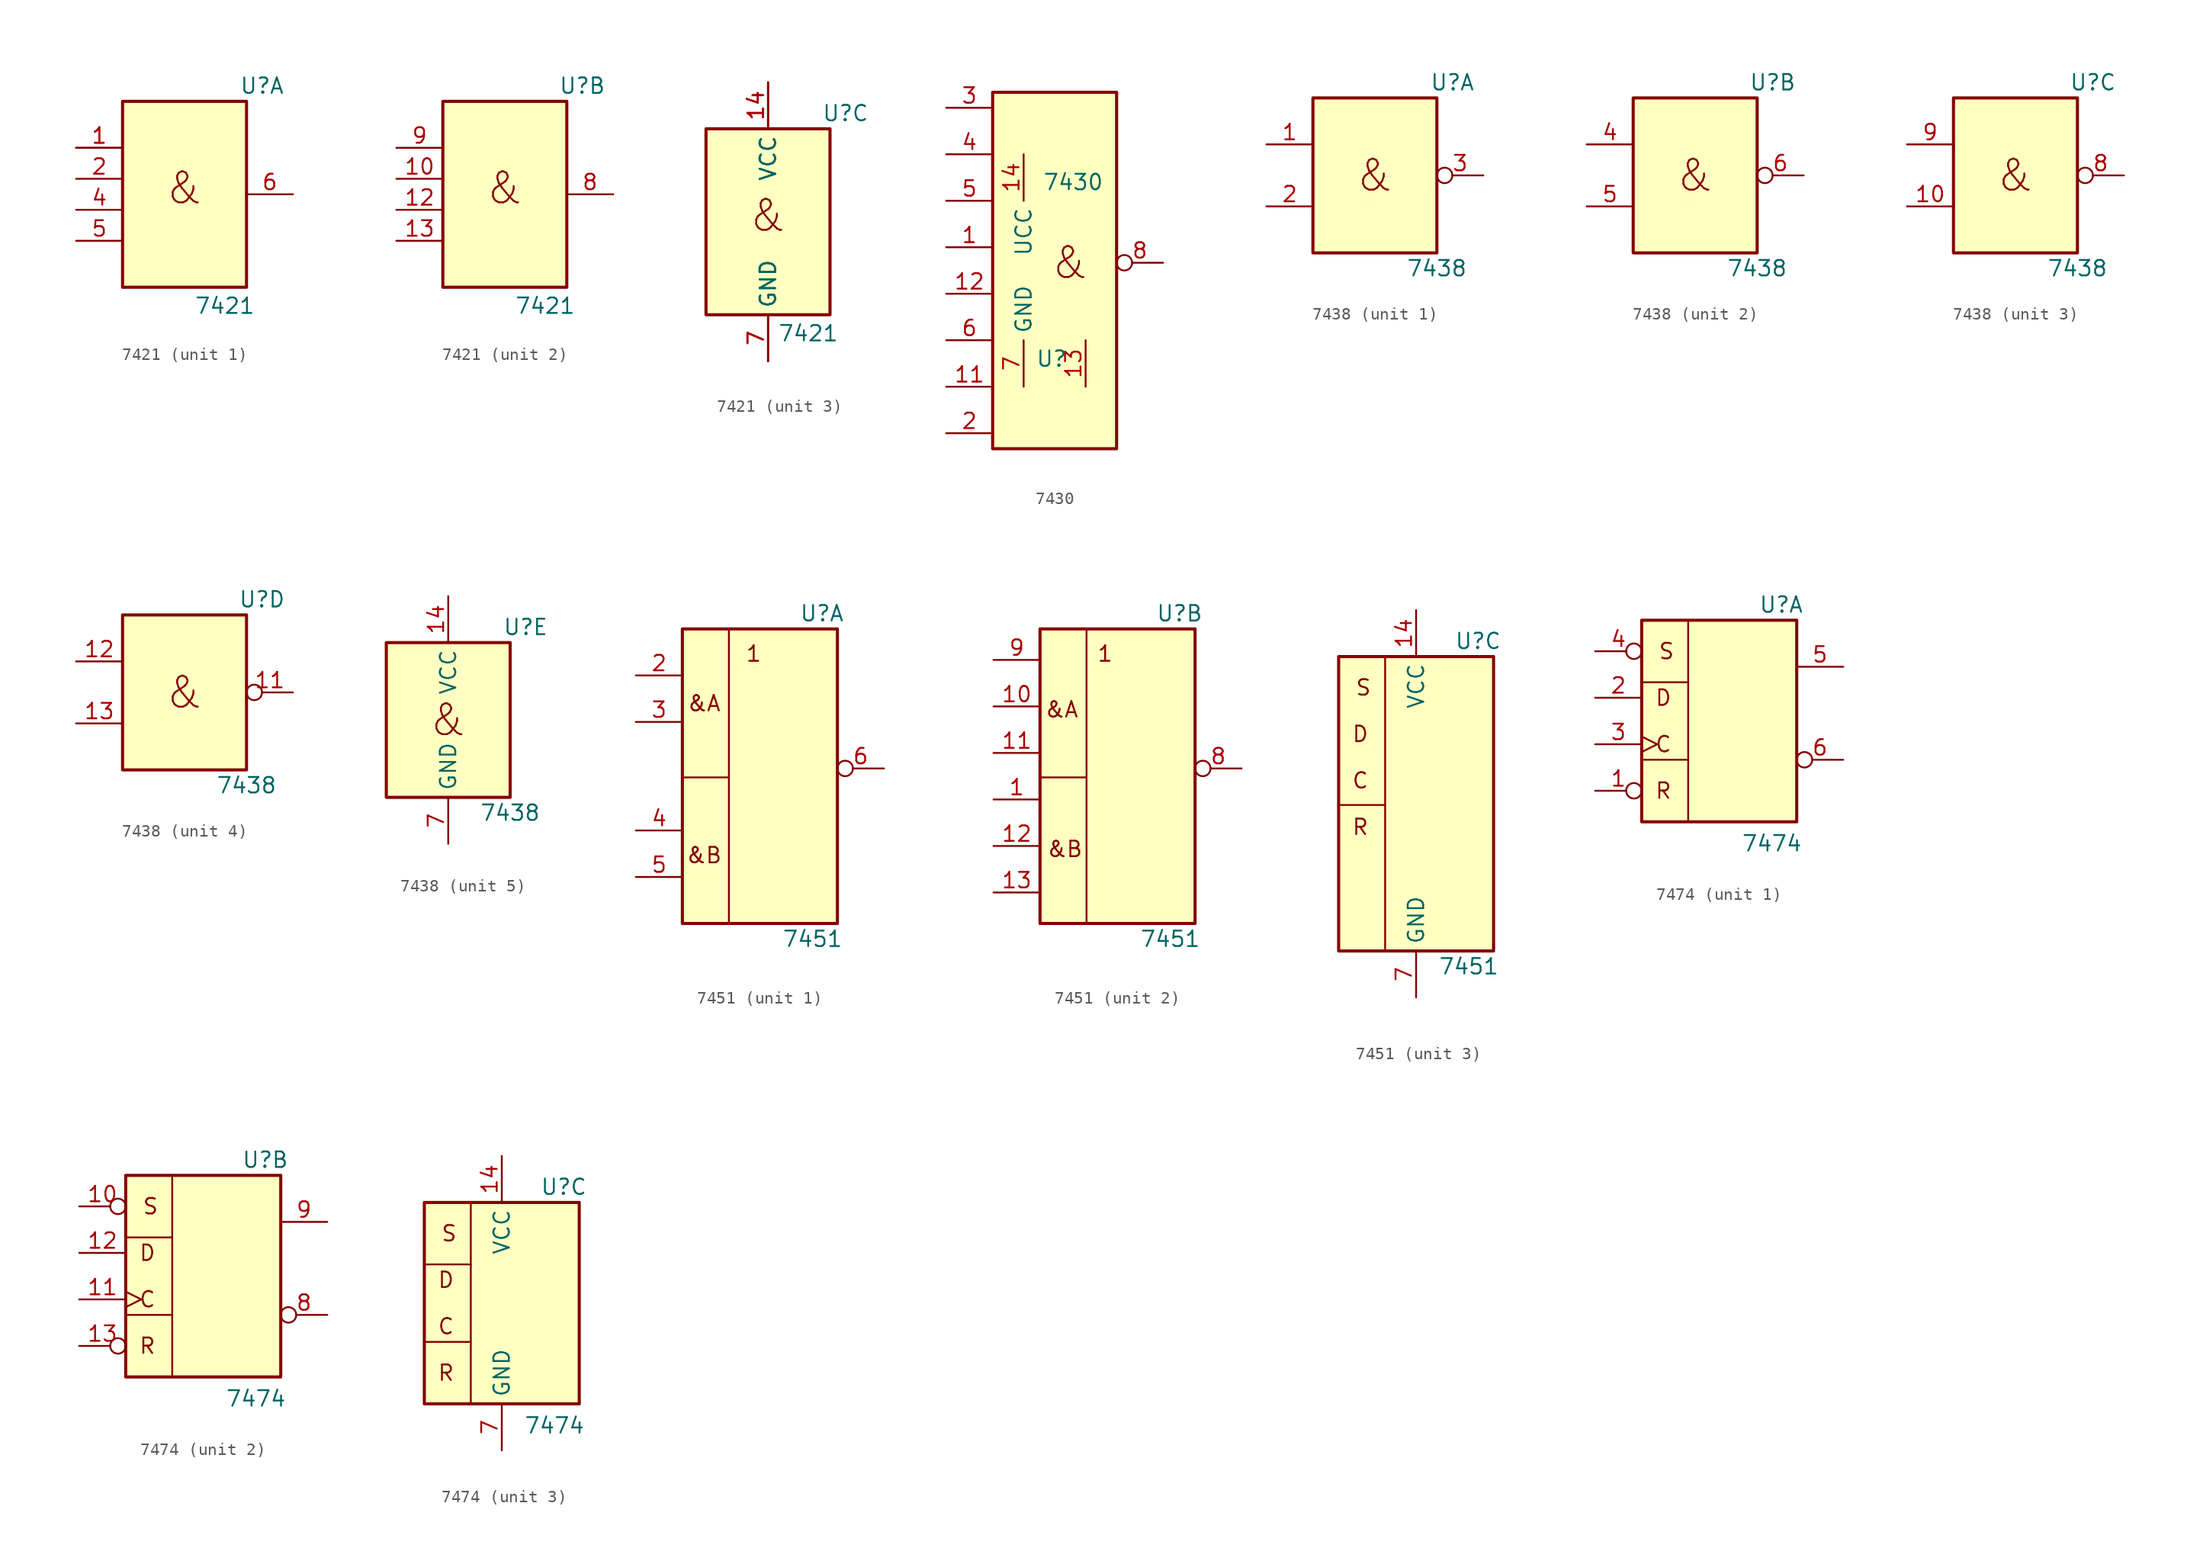
<source format=kicad_sym>
(kicad_symbol_lib
  (version 20231120)
  (generator "kicad_symbol_editor")
  (generator_version "8.0")
  (symbol "7421"
    (property "Reference" "U"
      (at 6.35 7.62 0)
      (effects (font (size 1.27 1.27))))
    (property "Value" "7421"
      (at 3.302 -10.414 0)
      (effects (font (size 1.27 1.27))))
    (property "ki_locked" ""
      (at 0 0 0)
      (effects (font (size 1.27 1.27))))
    (symbol "7421_0_0"
      (text "&" (at 0 -0.762 0) (effects (font (size 2.54 2.54)))))
    (symbol "7421_0_1"
      (rectangle (start -5.08 6.35) (end 5.08 -8.89) (stroke (width 0.254) (type default)) (fill (type background))))
    (symbol "7421_1_1"
      (pin input line (at -8.89 2.54 0) (length 3.81) (name "~" (effects (font (size 1.27 1.27)))) (number "1" (effects (font (size 1.27 1.27)))))
      (pin input line (at -8.89 2.54 0) (length 3.81) (name "~" (effects (font (size 1.27 1.27)))) (number "1" (effects (font (size 1.27 1.27)))))
      (pin input line (at -8.89 0 0) (length 3.81) (name "~" (effects (font (size 1.27 1.27)))) (number "2" (effects (font (size 1.27 1.27)))))
      (pin input line (at -8.89 0 0) (length 3.81) hide (name "~" (effects (font (size 1.27 1.27)))) (number "2" (effects (font (size 1.27 1.27)))))
      (pin input line (at -8.89 -2.54 0) (length 3.81) (name "~" (effects (font (size 1.27 1.27)))) (number "4" (effects (font (size 1.27 1.27)))))
      (pin input line (at -8.89 -5.08 0) (length 3.81) (name "~" (effects (font (size 1.27 1.27)))) (number "5" (effects (font (size 1.27 1.27)))))
      (pin output line (at 8.89 -1.27 180) (length 3.81) (name "~" (effects (font (size 1.27 1.27)))) (number "6" (effects (font (size 1.27 1.27))))))
    (symbol "7421_2_1"
      (pin input line (at -8.89 0 0) (length 3.81) (name "~" (effects (font (size 1.27 1.27)))) (number "10" (effects (font (size 1.27 1.27)))))
      (pin input line (at -8.89 -2.54 0) (length 3.81) (name "~" (effects (font (size 1.27 1.27)))) (number "12" (effects (font (size 1.27 1.27)))))
      (pin input line (at -8.89 -5.08 0) (length 3.81) (name "~" (effects (font (size 1.27 1.27)))) (number "13" (effects (font (size 1.27 1.27)))))
      (pin output line (at 8.89 -1.27 180) (length 3.81) (name "~" (effects (font (size 1.27 1.27)))) (number "8" (effects (font (size 1.27 1.27)))))
      (pin input line (at -8.89 2.54 0) (length 3.81) (name "~" (effects (font (size 1.27 1.27)))) (number "9" (effects (font (size 1.27 1.27))))))
    (symbol "7421_3_1"
      (pin power_in line (at 0 10.16 270) (length 3.81) (name "VCC" (effects (font (size 1.27 1.27)))) (number "14" (effects (font (size 1.27 1.27)))))
      (pin power_in line (at 0 10.16 270) (length 3.81) (name "VCC" (effects (font (size 1.27 1.27)))) (number "14" (effects (font (size 1.27 1.27)))))
      (pin power_in line (at 0 10.16 270) (length 3.81) (name "VCC" (effects (font (size 1.27 1.27)))) (number "14" (effects (font (size 1.27 1.27)))))
      (pin power_in line (at 0 -12.7 90) (length 3.81) (name "GND" (effects (font (size 1.27 1.27)))) (number "7" (effects (font (size 1.27 1.27)))))
      (pin power_in line (at 0 -12.7 90) (length 3.81) (name "GND" (effects (font (size 1.27 1.27)))) (number "7" (effects (font (size 1.27 1.27)))))
      (pin power_in line (at 0 -12.7 90) (length 3.81) (name "GND" (effects (font (size 1.27 1.27)))) (number "7" (effects (font (size 1.27 1.27)))))))
  (symbol "7430"
    (property "Reference" "U"
      (at -0.254 -15.494 0)
      (effects (font (size 1.27 1.27))))
    (property "Value" "7430"
      (at 1.524 -1.016 0)
      (effects (font (size 1.27 1.27))))
    (symbol "7430_0_0"
      (text "&" (at 1.27 -7.62 0) (effects (font (size 2.54 2.54)))))
    (symbol "7430_0_1"
      (rectangle (start -5.08 6.35) (end 5.08 -22.86) (stroke (width 0.254) (type default)) (fill (type background))))
    (symbol "7430_1_1"
      (pin input line (at -8.89 -6.35 0) (length 3.81) (name "~" (effects (font (size 1.27 1.27)))) (number "1" (effects (font (size 1.27 1.27)))))
      (pin input line (at -8.89 -17.78 0) (length 3.81) (name "~" (effects (font (size 1.27 1.27)))) (number "11" (effects (font (size 1.27 1.27)))))
      (pin input line (at -8.89 -10.16 0) (length 3.81) (name "~" (effects (font (size 1.27 1.27)))) (number "12" (effects (font (size 1.27 1.27)))))
      (pin free line (at 2.54 -17.78 90) (length 3.81) (name "~" (effects (font (size 1.27 1.27)))) (number "13" (effects (font (size 1.27 1.27)))))
      (pin power_in line (at -2.54 1.27 270) (length 3.81) (name "UCC" (effects (font (size 1.27 1.27)))) (number "14" (effects (font (size 1.27 1.27)))))
      (pin input line (at -8.89 -21.59 0) (length 3.81) (name "~" (effects (font (size 1.27 1.27)))) (number "2" (effects (font (size 1.27 1.27)))))
      (pin input line (at -8.89 5.08 0) (length 3.81) (name "~" (effects (font (size 1.27 1.27)))) (number "3" (effects (font (size 1.27 1.27)))))
      (pin input line (at -8.89 1.27 0) (length 3.81) (name "~" (effects (font (size 1.27 1.27)))) (number "4" (effects (font (size 1.27 1.27)))))
      (pin input line (at -8.89 -2.54 0) (length 3.81) (name "~" (effects (font (size 1.27 1.27)))) (number "5" (effects (font (size 1.27 1.27)))))
      (pin input line (at -8.89 -13.97 0) (length 3.81) (name "~" (effects (font (size 1.27 1.27)))) (number "6" (effects (font (size 1.27 1.27)))))
      (pin power_in line (at -2.54 -17.78 90) (length 3.81) (name "GND" (effects (font (size 1.27 1.27)))) (number "7" (effects (font (size 1.27 1.27)))))
      (pin output inverted (at 8.89 -7.62 180) (length 3.81) (name "~" (effects (font (size 1.27 1.27)))) (number "8" (effects (font (size 1.27 1.27)))))))
  (symbol "7438"
    (property "Reference" "U"
      (at 6.35 7.62 0)
      (effects (font (size 1.27 1.27))))
    (property "Value" "7438"
      (at 5.08 -7.62 0)
      (effects (font (size 1.27 1.27))))
    (property "ki_locked" ""
      (at 0 0 0)
      (effects (font (size 1.27 1.27))))
    (symbol "7438_0_0"
      (text "&" (at 0 0 0) (effects (font (size 2.54 2.54)))))
    (symbol "7438_0_1"
      (rectangle (start -5.08 6.35) (end 5.08 -6.35) (stroke (width 0.254) (type default)) (fill (type background))))
    (symbol "7438_1_1"
      (pin input line (at -8.89 2.54 0) (length 3.81) (name "~" (effects (font (size 1.27 1.27)))) (number "1" (effects (font (size 1.27 1.27)))))
      (pin input line (at -8.89 -2.54 0) (length 3.81) (name "~" (effects (font (size 1.27 1.27)))) (number "2" (effects (font (size 1.27 1.27)))))
      (pin open_collector inverted (at 8.89 0 180) (length 3.81) (name "~" (effects (font (size 1.27 1.27)))) (number "3" (effects (font (size 1.27 1.27))))))
    (symbol "7438_2_1"
      (pin input line (at -8.89 2.54 0) (length 3.81) (name "~" (effects (font (size 1.27 1.27)))) (number "4" (effects (font (size 1.27 1.27)))))
      (pin input line (at -8.89 -2.54 0) (length 3.81) (name "~" (effects (font (size 1.27 1.27)))) (number "5" (effects (font (size 1.27 1.27)))))
      (pin open_collector inverted (at 8.89 0 180) (length 3.81) (name "~" (effects (font (size 1.27 1.27)))) (number "6" (effects (font (size 1.27 1.27))))))
    (symbol "7438_3_1"
      (pin input line (at -8.89 -2.54 0) (length 3.81) (name "~" (effects (font (size 1.27 1.27)))) (number "10" (effects (font (size 1.27 1.27)))))
      (pin open_collector inverted (at 8.89 0 180) (length 3.81) (name "~" (effects (font (size 1.27 1.27)))) (number "8" (effects (font (size 1.27 1.27)))))
      (pin input line (at -8.89 2.54 0) (length 3.81) (name "~" (effects (font (size 1.27 1.27)))) (number "9" (effects (font (size 1.27 1.27))))))
    (symbol "7438_4_1"
      (pin open_collector inverted (at 8.89 0 180) (length 3.81) (name "~" (effects (font (size 1.27 1.27)))) (number "11" (effects (font (size 1.27 1.27)))))
      (pin input line (at -8.89 2.54 0) (length 3.81) (name "~" (effects (font (size 1.27 1.27)))) (number "12" (effects (font (size 1.27 1.27)))))
      (pin input line (at -8.89 -2.54 0) (length 3.81) (name "~" (effects (font (size 1.27 1.27)))) (number "13" (effects (font (size 1.27 1.27))))))
    (symbol "7438_5_1"
      (pin power_in line (at 0 10.16 270) (length 3.81) (name "VCC" (effects (font (size 1.27 1.27)))) (number "14" (effects (font (size 1.27 1.27)))))
      (pin power_in line (at 0 -10.16 90) (length 3.81) (name "GND" (effects (font (size 1.27 1.27)))) (number "7" (effects (font (size 1.27 1.27)))))))
  (symbol "7451"
    (property "Reference" "U"
      (at 6.35 7.62 0)
      (effects (font (size 1.27 1.27))))
    (property "Value" "7451"
      (at 5.588 -19.05 0)
      (effects (font (size 1.27 1.27))))
    (property "ki_locked" ""
      (at 0 0 0)
      (effects (font (size 1.27 1.27))))
    (symbol "7451_0_1"
      (rectangle (start -5.08 6.35) (end 7.62 -17.78) (stroke (width 0.254) (type default)) (fill (type background)))
      (polyline (pts (xy -5.11 -5.814) (xy -1.3 -5.814)) (stroke (width 0) (type default)) (fill (type none)))
      (polyline (pts (xy -1.27 6.35) (xy -1.27 -17.78)) (stroke (width 0) (type default)) (fill (type none))))
    (symbol "7451_1_1"
      (text "&A" (at -3.302 0.254 0) (effects (font (size 1.27 1.27))))
      (text "&B" (at -3.302 -12.192 0) (effects (font (size 1.27 1.27))))
      (text "1" (at 0.762 4.318 0) (effects (font (size 1.27 1.27))))
      (pin input line (at -8.89 2.54 0) (length 3.81) (name "" (effects (font (size 1.27 1.27)))) (number "2" (effects (font (size 1.27 1.27)))))
      (pin input line (at -8.89 -1.27 0) (length 3.81) (name "" (effects (font (size 1.27 1.27)))) (number "3" (effects (font (size 1.27 1.27)))))
      (pin input line (at -8.89 -10.16 0) (length 3.81) (name "" (effects (font (size 1.27 1.27)))) (number "4" (effects (font (size 1.27 1.27)))))
      (pin input line (at -8.89 -13.97 0) (length 3.81) (name "" (effects (font (size 1.27 1.27)))) (number "5" (effects (font (size 1.27 1.27)))))
      (pin output inverted (at 11.43 -5.08 180) (length 3.81) (name "~" (effects (font (size 1.27 1.27)))) (number "6" (effects (font (size 1.27 1.27))))))
    (symbol "7451_2_1"
      (text "&A" (at -3.302 -0.254 0) (effects (font (size 1.27 1.27))))
      (text "&B" (at -3.048 -11.684 0) (effects (font (size 1.27 1.27))))
      (text "1" (at 0.254 4.318 0) (effects (font (size 1.27 1.27))))
      (pin input line (at -8.89 -7.62 0) (length 3.81) (name "" (effects (font (size 1.27 1.27)))) (number "1" (effects (font (size 1.27 1.27)))))
      (pin input line (at -8.89 0 0) (length 3.81) (name "" (effects (font (size 1.27 1.27)))) (number "10" (effects (font (size 1.27 1.27)))))
      (pin input line (at -8.89 -3.81 0) (length 3.81) (name "~" (effects (font (size 1.27 1.27)))) (number "11" (effects (font (size 1.27 1.27)))))
      (pin input line (at -8.89 -11.43 0) (length 3.81) (name "" (effects (font (size 1.27 1.27)))) (number "12" (effects (font (size 1.27 1.27)))))
      (pin input line (at -8.89 -15.24 0) (length 3.81) (name "" (effects (font (size 1.27 1.27)))) (number "13" (effects (font (size 1.27 1.27)))))
      (pin output inverted (at 11.43 -5.08 180) (length 3.81) (name "" (effects (font (size 1.27 1.27)))) (number "8" (effects (font (size 1.27 1.27)))))
      (pin input line (at -8.89 3.81 0) (length 3.81) (name "" (effects (font (size 1.27 1.27)))) (number "9" (effects (font (size 1.27 1.27))))))
    (symbol "7451_3_1"
      (text "C" (at -3.302 -3.81 0) (effects (font (size 1.27 1.27))))
      (text "D" (at -3.302 0 0) (effects (font (size 1.27 1.27))))
      (text "R" (at -3.302 -7.62 0) (effects (font (size 1.27 1.27))))
      (text "S" (at -3.048 3.81 0) (effects (font (size 1.27 1.27))))
      (pin power_in line (at 1.27 10.16 270) (length 3.81) (name "VCC" (effects (font (size 1.27 1.27)))) (number "14" (effects (font (size 1.27 1.27)))))
      (pin power_in line (at 1.27 -21.59 90) (length 3.81) (name "GND" (effects (font (size 1.27 1.27)))) (number "7" (effects (font (size 1.27 1.27)))))))
  (symbol "7474"
    (property "Reference" "U"
      (at 6.35 7.62 0)
      (effects (font (size 1.27 1.27))))
    (property "Value" "7474"
      (at 5.588 -11.938 0)
      (effects (font (size 1.27 1.27))))
    (property "ki_locked" ""
      (at 0 0 0)
      (effects (font (size 1.27 1.27))))
    (symbol "7474_0_1"
      (rectangle (start -5.08 6.35) (end 7.62 -10.16) (stroke (width 0.254) (type default)) (fill (type background)))
      (polyline (pts (xy -5.08 -5.08) (xy -1.27 -5.08)) (stroke (width 0) (type default)) (fill (type none)))
      (polyline (pts (xy -5.08 1.27) (xy -1.27 1.27)) (stroke (width 0) (type default)) (fill (type none)))
      (polyline (pts (xy -1.27 6.35) (xy -1.27 -10.16)) (stroke (width 0) (type default)) (fill (type none))))
    (symbol "7474_1_1"
      (text "C" (at -3.302 -3.81 0) (effects (font (size 1.27 1.27))))
      (text "D" (at -3.302 0 0) (effects (font (size 1.27 1.27))))
      (text "R" (at -3.302 -7.62 0) (effects (font (size 1.27 1.27))))
      (text "S" (at -3.048 3.81 0) (effects (font (size 1.27 1.27))))
      (pin input inverted (at -8.89 -7.62 0) (length 3.81) (name "~" (effects (font (size 1.27 1.27)))) (number "1" (effects (font (size 1.27 1.27)))))
      (pin input line (at -8.89 0 0) (length 3.81) (name "~" (effects (font (size 1.27 1.27)))) (number "2" (effects (font (size 1.27 1.27)))))
      (pin input clock (at -8.89 -3.81 0) (length 3.81) (name "~" (effects (font (size 1.27 1.27)))) (number "3" (effects (font (size 1.27 1.27)))))
      (pin input inverted (at -8.89 3.81 0) (length 3.81) (name "~" (effects (font (size 1.27 1.27)))) (number "4" (effects (font (size 1.27 1.27)))))
      (pin output line (at 11.43 2.54 180) (length 3.81) (name "~" (effects (font (size 1.27 1.27)))) (number "5" (effects (font (size 1.27 1.27)))))
      (pin output inverted (at 11.43 -5.08 180) (length 3.81) (name "~" (effects (font (size 1.27 1.27)))) (number "6" (effects (font (size 1.27 1.27))))))
    (symbol "7474_2_1"
      (text "C" (at -3.302 -3.81 0) (effects (font (size 1.27 1.27))))
      (text "D" (at -3.302 0 0) (effects (font (size 1.27 1.27))))
      (text "R" (at -3.302 -7.62 0) (effects (font (size 1.27 1.27))))
      (text "S" (at -3.048 3.81 0) (effects (font (size 1.27 1.27))))
      (pin input inverted (at -8.89 3.81 0) (length 3.81) (name "~" (effects (font (size 1.27 1.27)))) (number "10" (effects (font (size 1.27 1.27)))))
      (pin input clock (at -8.89 -3.81 0) (length 3.81) (name "~" (effects (font (size 1.27 1.27)))) (number "11" (effects (font (size 1.27 1.27)))))
      (pin input line (at -8.89 0 0) (length 3.81) (name "~" (effects (font (size 1.27 1.27)))) (number "12" (effects (font (size 1.27 1.27)))))
      (pin input inverted (at -8.89 -7.62 0) (length 3.81) (name "~" (effects (font (size 1.27 1.27)))) (number "13" (effects (font (size 1.27 1.27)))))
      (pin output inverted (at 11.43 -5.08 180) (length 3.81) (name "~" (effects (font (size 1.27 1.27)))) (number "8" (effects (font (size 1.27 1.27)))))
      (pin output line (at 11.43 2.54 180) (length 3.81) (name "~" (effects (font (size 1.27 1.27)))) (number "9" (effects (font (size 1.27 1.27))))))
    (symbol "7474_3_1"
      (text "C" (at -3.302 -3.81 0) (effects (font (size 1.27 1.27))))
      (text "D" (at -3.302 0 0) (effects (font (size 1.27 1.27))))
      (text "R" (at -3.302 -7.62 0) (effects (font (size 1.27 1.27))))
      (text "S" (at -3.048 3.81 0) (effects (font (size 1.27 1.27))))
      (pin power_in line (at 1.27 10.16 270) (length 3.81) (name "VCC" (effects (font (size 1.27 1.27)))) (number "14" (effects (font (size 1.27 1.27)))))
      (pin power_in line (at 1.27 -13.97 90) (length 3.81) (name "GND" (effects (font (size 1.27 1.27)))) (number "7" (effects (font (size 1.27 1.27))))))))
</source>
